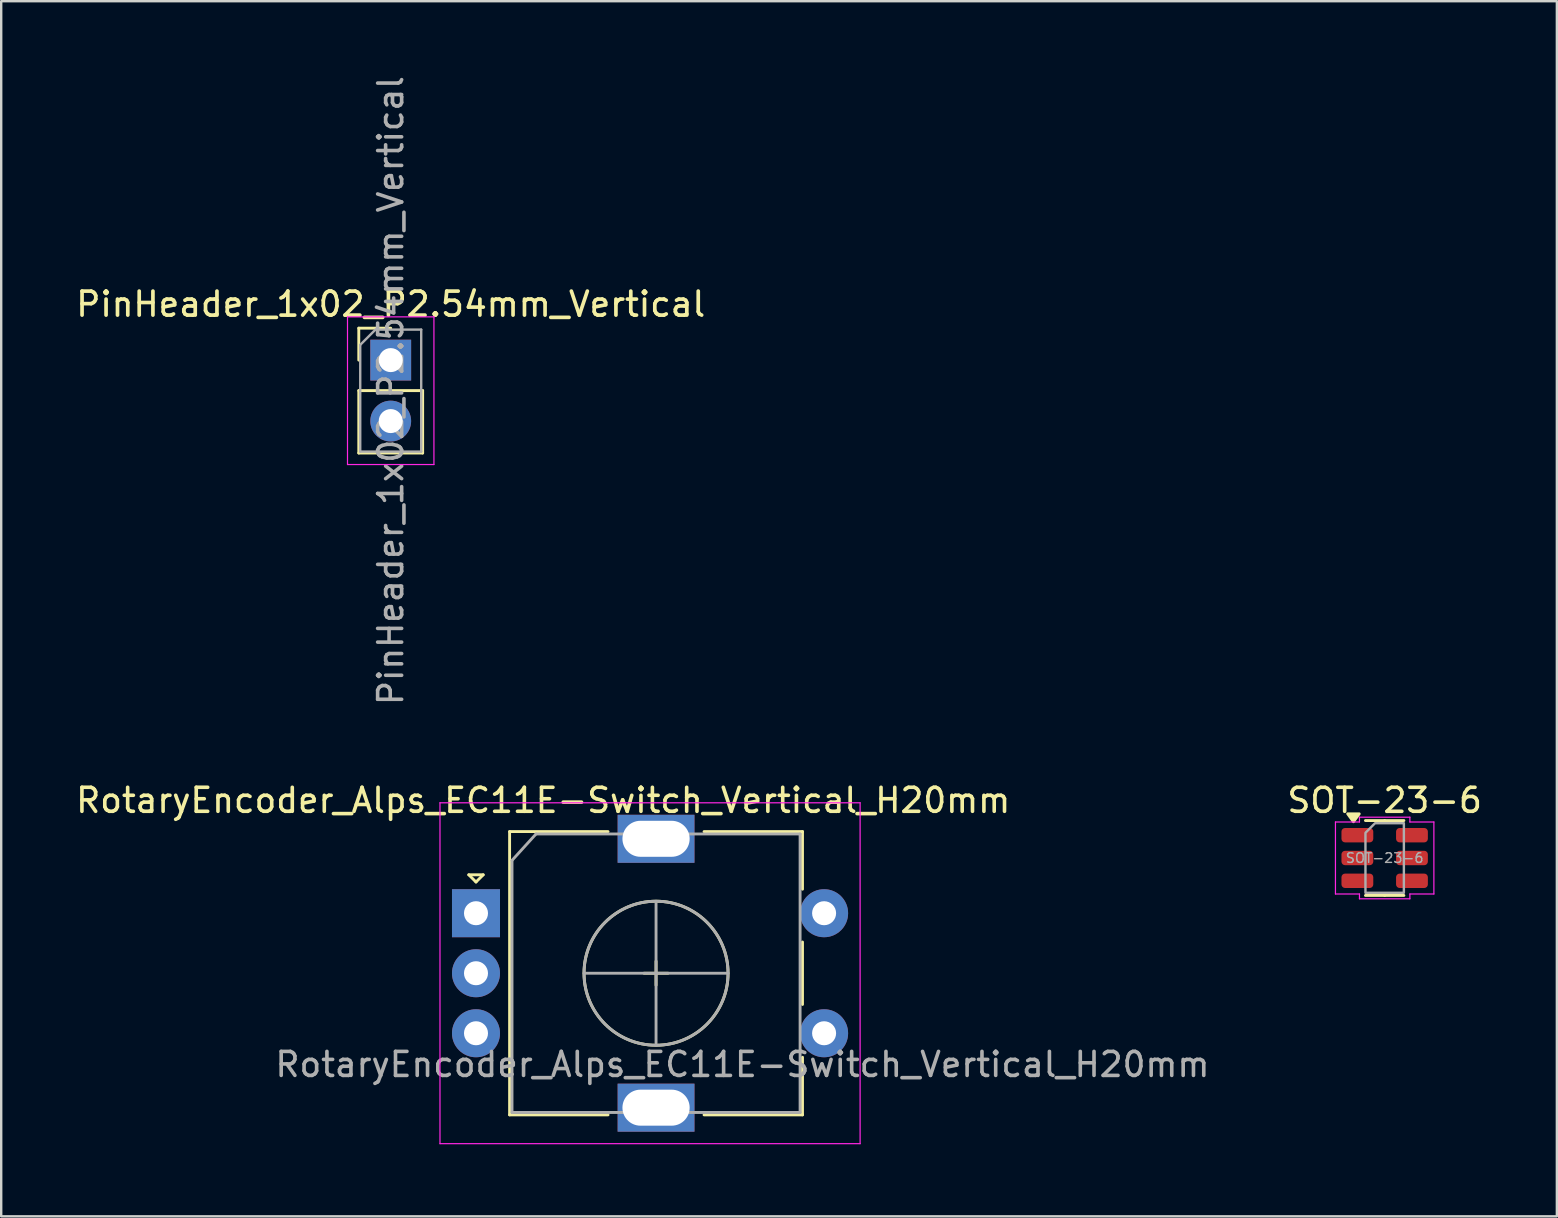
<source format=kicad_pcb>
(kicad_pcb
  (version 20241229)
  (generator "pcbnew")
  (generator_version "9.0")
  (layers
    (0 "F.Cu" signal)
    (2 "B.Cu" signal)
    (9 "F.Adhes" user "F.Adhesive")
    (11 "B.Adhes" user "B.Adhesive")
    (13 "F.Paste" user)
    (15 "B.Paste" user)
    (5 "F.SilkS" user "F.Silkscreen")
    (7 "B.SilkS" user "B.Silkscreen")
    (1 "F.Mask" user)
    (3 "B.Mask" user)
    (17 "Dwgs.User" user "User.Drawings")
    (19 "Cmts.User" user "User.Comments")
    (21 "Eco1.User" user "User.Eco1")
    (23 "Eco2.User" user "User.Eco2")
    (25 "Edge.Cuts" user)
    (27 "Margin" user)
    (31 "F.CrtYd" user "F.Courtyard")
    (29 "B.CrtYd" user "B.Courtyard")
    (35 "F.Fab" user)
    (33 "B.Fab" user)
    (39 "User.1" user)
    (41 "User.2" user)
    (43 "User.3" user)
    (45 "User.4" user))
  (footprint "SOT-23-6"
    (layer "F.Cu")
    (at 54.627 32.689)
    (property "Reference" "SOT-23-6" (at 0 -2.4 0) (layer "F.SilkS") (effects (font (size 1 1) (thickness 0.15))))
    (attr smd)
    (fp_line (start 0 -1.56) (end -0.8 -1.56) (stroke (width 0.12) (type solid)) (layer "F.SilkS"))
    (fp_line (start 0 -1.56) (end 0.8 -1.56) (stroke (width 0.12) (type solid)) (layer "F.SilkS"))
    (fp_line (start 0 1.56) (end -0.8 1.56) (stroke (width 0.12) (type solid)) (layer "F.SilkS"))
    (fp_line (start 0 1.56) (end 0.8 1.56) (stroke (width 0.12) (type solid)) (layer "F.SilkS"))
    (fp_poly (pts (xy -1.3 -1.51) (xy -1.54 -1.84) (xy -1.06 -1.84)) (stroke (width 0.12) (type solid)) (fill yes) (layer "F.SilkS"))
    (fp_line (start -2.05 -1.5) (end -1.05 -1.5) (stroke (width 0.05) (type solid)) (layer "F.CrtYd"))
    (fp_line (start -2.05 1.5) (end -2.05 -1.5) (stroke (width 0.05) (type solid)) (layer "F.CrtYd"))
    (fp_line (start -1.05 -1.7) (end 1.05 -1.7) (stroke (width 0.05) (type solid)) (layer "F.CrtYd"))
    (fp_line (start -1.05 -1.5) (end -1.05 -1.7) (stroke (width 0.05) (type solid)) (layer "F.CrtYd"))
    (fp_line (start -1.05 1.5) (end -2.05 1.5) (stroke (width 0.05) (type solid)) (layer "F.CrtYd"))
    (fp_line (start -1.05 1.7) (end -1.05 1.5) (stroke (width 0.05) (type solid)) (layer "F.CrtYd"))
    (fp_line (start 1.05 -1.7) (end 1.05 -1.5) (stroke (width 0.05) (type solid)) (layer "F.CrtYd"))
    (fp_line (start 1.05 -1.5) (end 2.05 -1.5) (stroke (width 0.05) (type solid)) (layer "F.CrtYd"))
    (fp_line (start 1.05 1.5) (end 1.05 1.7) (stroke (width 0.05) (type solid)) (layer "F.CrtYd"))
    (fp_line (start 1.05 1.7) (end -1.05 1.7) (stroke (width 0.05) (type solid)) (layer "F.CrtYd"))
    (fp_line (start 2.05 -1.5) (end 2.05 1.5) (stroke (width 0.05) (type solid)) (layer "F.CrtYd"))
    (fp_line (start 2.05 1.5) (end 1.05 1.5) (stroke (width 0.05) (type solid)) (layer "F.CrtYd"))
    (fp_poly (pts (xy -0.8 -1.05) (xy -0.8 1.45) (xy 0.8 1.45) (xy 0.8 -1.45) (xy -0.4 -1.45)) (stroke (width 0.1) (type solid)) (fill no) (layer "F.Fab"))
    (fp_text user "${REFERENCE}" (at 0 0 0) (layer "F.Fab") (effects (font (size 0.4 0.4) (thickness 0.06))))
    (pad "1" smd roundrect (at -1.137 -0.95 180) (size 1.325 0.6) (layers "F.Cu" "F.Mask" "F.Paste") (roundrect_rratio 0.25))
    (pad "2" smd roundrect (at -1.137 0 180) (size 1.325 0.6) (layers "F.Cu" "F.Mask" "F.Paste") (roundrect_rratio 0.25))
    (pad "3" smd roundrect (at -1.137 0.95 180) (size 1.325 0.6) (layers "F.Cu" "F.Mask" "F.Paste") (roundrect_rratio 0.25))
    (pad "4" smd roundrect (at 1.137 0.95 180) (size 1.325 0.6) (layers "F.Cu" "F.Mask" "F.Paste") (roundrect_rratio 0.25))
    (pad "5" smd roundrect (at 1.137 0 180) (size 1.325 0.6) (layers "F.Cu" "F.Mask" "F.Paste") (roundrect_rratio 0.25))
    (pad "6" smd roundrect (at 1.137 -0.95 180) (size 1.325 0.6) (layers "F.Cu" "F.Mask" "F.Paste") (roundrect_rratio 0.25)))
  (footprint "RotaryEncoder_Alps_EC11E-Switch_Vertical_H20mm"
    (layer "F.Cu")
    (at 16.777 34.989)
    (property "Reference" "RotaryEncoder_Alps_EC11E-Switch_Vertical_H20mm" (at 2.8 -4.7 0) (layer "F.SilkS") (effects (font (size 1 1) (thickness 0.15))))
    (attr through_hole)
    (fp_line (start -0.3 -1.6) (end 0.3 -1.6) (stroke (width 0.12) (type solid)) (layer "F.SilkS"))
    (fp_line (start 0 -1.3) (end -0.3 -1.6) (stroke (width 0.12) (type solid)) (layer "F.SilkS"))
    (fp_line (start 0.3 -1.6) (end 0 -1.3) (stroke (width 0.12) (type solid)) (layer "F.SilkS"))
    (fp_line (start 1.4 -3.4) (end 1.4 8.4) (stroke (width 0.12) (type solid)) (layer "F.SilkS"))
    (fp_line (start 5.5 -3.4) (end 1.4 -3.4) (stroke (width 0.12) (type solid)) (layer "F.SilkS"))
    (fp_line (start 5.5 8.4) (end 1.4 8.4) (stroke (width 0.12) (type solid)) (layer "F.SilkS"))
    (fp_line (start 7 2.5) (end 8 2.5) (stroke (width 0.12) (type solid)) (layer "F.SilkS"))
    (fp_line (start 7.5 2) (end 7.5 3) (stroke (width 0.12) (type solid)) (layer "F.SilkS"))
    (fp_line (start 9.5 -3.4) (end 13.6 -3.4) (stroke (width 0.12) (type solid)) (layer "F.SilkS"))
    (fp_line (start 13.6 -3.4) (end 13.6 -1) (stroke (width 0.12) (type solid)) (layer "F.SilkS"))
    (fp_line (start 13.6 1.2) (end 13.6 3.8) (stroke (width 0.12) (type solid)) (layer "F.SilkS"))
    (fp_line (start 13.6 6) (end 13.6 8.4) (stroke (width 0.12) (type solid)) (layer "F.SilkS"))
    (fp_line (start 13.6 8.4) (end 9.5 8.4) (stroke (width 0.12) (type solid)) (layer "F.SilkS"))
    (fp_circle (center 7.5 2.5) (end 10.5 2.5) (stroke (width 0.12) (type solid)) (fill no) (layer "F.SilkS"))
    (fp_line (start -1.5 -4.6) (end -1.5 9.6) (stroke (width 0.05) (type solid)) (layer "F.CrtYd"))
    (fp_line (start -1.5 -4.6) (end 16 -4.6) (stroke (width 0.05) (type solid)) (layer "F.CrtYd"))
    (fp_line (start 16 9.6) (end -1.5 9.6) (stroke (width 0.05) (type solid)) (layer "F.CrtYd"))
    (fp_line (start 16 9.6) (end 16 -4.6) (stroke (width 0.05) (type solid)) (layer "F.CrtYd"))
    (fp_line (start 1.5 -2.2) (end 2.5 -3.3) (stroke (width 0.12) (type solid)) (layer "F.Fab"))
    (fp_line (start 1.5 8.3) (end 1.5 -2.2) (stroke (width 0.12) (type solid)) (layer "F.Fab"))
    (fp_line (start 2.5 -3.3) (end 13.5 -3.3) (stroke (width 0.12) (type solid)) (layer "F.Fab"))
    (fp_line (start 4.5 2.5) (end 10.5 2.5) (stroke (width 0.12) (type solid)) (layer "F.Fab"))
    (fp_line (start 7.5 -0.5) (end 7.5 5.5) (stroke (width 0.12) (type solid)) (layer "F.Fab"))
    (fp_line (start 13.5 -3.3) (end 13.5 8.3) (stroke (width 0.12) (type solid)) (layer "F.Fab"))
    (fp_line (start 13.5 8.3) (end 1.5 8.3) (stroke (width 0.12) (type solid)) (layer "F.Fab"))
    (fp_circle (center 7.5 2.5) (end 10.5 2.5) (stroke (width 0.12) (type solid)) (fill no) (layer "F.Fab"))
    (fp_text user "${REFERENCE}" (at 11.1 6.3 0) (layer "F.Fab") (effects (font (size 1 1) (thickness 0.15))))
    (pad "A" thru_hole rect (at 0 0 180) (size 2 2) (drill 1) (layers "*.Cu" "*.Mask"))
    (pad "B" thru_hole circle (at 0 5 180) (size 2 2) (drill 1) (layers "*.Cu" "*.Mask"))
    (pad "C" thru_hole circle (at 0 2.5 180) (size 2 2) (drill 1) (layers "*.Cu" "*.Mask"))
    (pad "MP" thru_hole rect (at 7.5 -3.1 180) (size 3.2 2) (drill oval 2.8 1.5) (layers "*.Cu" "*.Mask"))
    (pad "MP" thru_hole rect (at 7.5 8.1 180) (size 3.2 2) (drill oval 2.8 1.5) (layers "*.Cu" "*.Mask"))
    (pad "S1" thru_hole circle (at 14.5 5 180) (size 2 2) (drill 1) (layers "*.Cu" "*.Mask"))
    (pad "S2" thru_hole circle (at 14.5 0 180) (size 2 2) (drill 1) (layers "*.Cu" "*.Mask")))
  (footprint "PinHeader_1x02_P2.54mm_Vertical"
    (layer "F.Cu")
    (at 13.225 11.95)
    (property "Reference" "PinHeader_1x02_P2.54mm_Vertical" (at 0 -2.33 0) (unlocked yes) (layer "F.SilkS") (effects (font (size 1 1) (thickness 0.153))))
    (attr through_hole exclude_from_bom)
    (fp_line (start -1.33 -1.33) (end 0 -1.33) (stroke (width 0.12) (type solid)) (layer "F.SilkS"))
    (fp_line (start -1.33 0) (end -1.33 -1.33) (stroke (width 0.12) (type solid)) (layer "F.SilkS"))
    (fp_line (start -1.33 1.27) (end -1.33 3.87) (stroke (width 0.12) (type solid)) (layer "F.SilkS"))
    (fp_line (start -1.33 1.27) (end 1.33 1.27) (stroke (width 0.12) (type solid)) (layer "F.SilkS"))
    (fp_line (start -1.33 3.87) (end 1.33 3.87) (stroke (width 0.12) (type solid)) (layer "F.SilkS"))
    (fp_line (start 1.33 1.27) (end 1.33 3.87) (stroke (width 0.12) (type solid)) (layer "F.SilkS"))
    (fp_line (start -1.8 -1.8) (end -1.8 4.35) (stroke (width 0.05) (type solid)) (layer "F.CrtYd"))
    (fp_line (start -1.8 4.35) (end 1.8 4.35) (stroke (width 0.05) (type solid)) (layer "F.CrtYd"))
    (fp_line (start 1.8 -1.8) (end -1.8 -1.8) (stroke (width 0.05) (type solid)) (layer "F.CrtYd"))
    (fp_line (start 1.8 4.35) (end 1.8 -1.8) (stroke (width 0.05) (type solid)) (layer "F.CrtYd"))
    (fp_line (start -1.27 -0.635) (end -0.635 -1.27) (stroke (width 0.1) (type solid)) (layer "F.Fab"))
    (fp_line (start -1.27 3.81) (end -1.27 -0.635) (stroke (width 0.1) (type solid)) (layer "F.Fab"))
    (fp_line (start -0.635 -1.27) (end 1.27 -1.27) (stroke (width 0.1) (type solid)) (layer "F.Fab"))
    (fp_line (start 1.27 -1.27) (end 1.27 3.81) (stroke (width 0.1) (type solid)) (layer "F.Fab"))
    (fp_line (start 1.27 3.81) (end -1.27 3.81) (stroke (width 0.1) (type solid)) (layer "F.Fab"))
    (fp_text user "${REFERENCE}" (at 0 1.27 270) (layer "F.Fab") (effects (font (size 1 1) (thickness 0.15))))
    (pad "1" thru_hole rect (at 0 0) (size 1.7 1.7) (drill 1) (layers "*.Cu" "*.Mask"))
    (pad "2" thru_hole oval (at 0 2.54) (size 1.7 1.7) (drill 1) (layers "*.Cu" "*.Mask")))
  (gr_rect
    (start -3 -3)
    (end 61.8 47.614)
    (stroke (width 0.1) (type default))
    (fill no)
    (layer "Edge.Cuts")))
</source>
